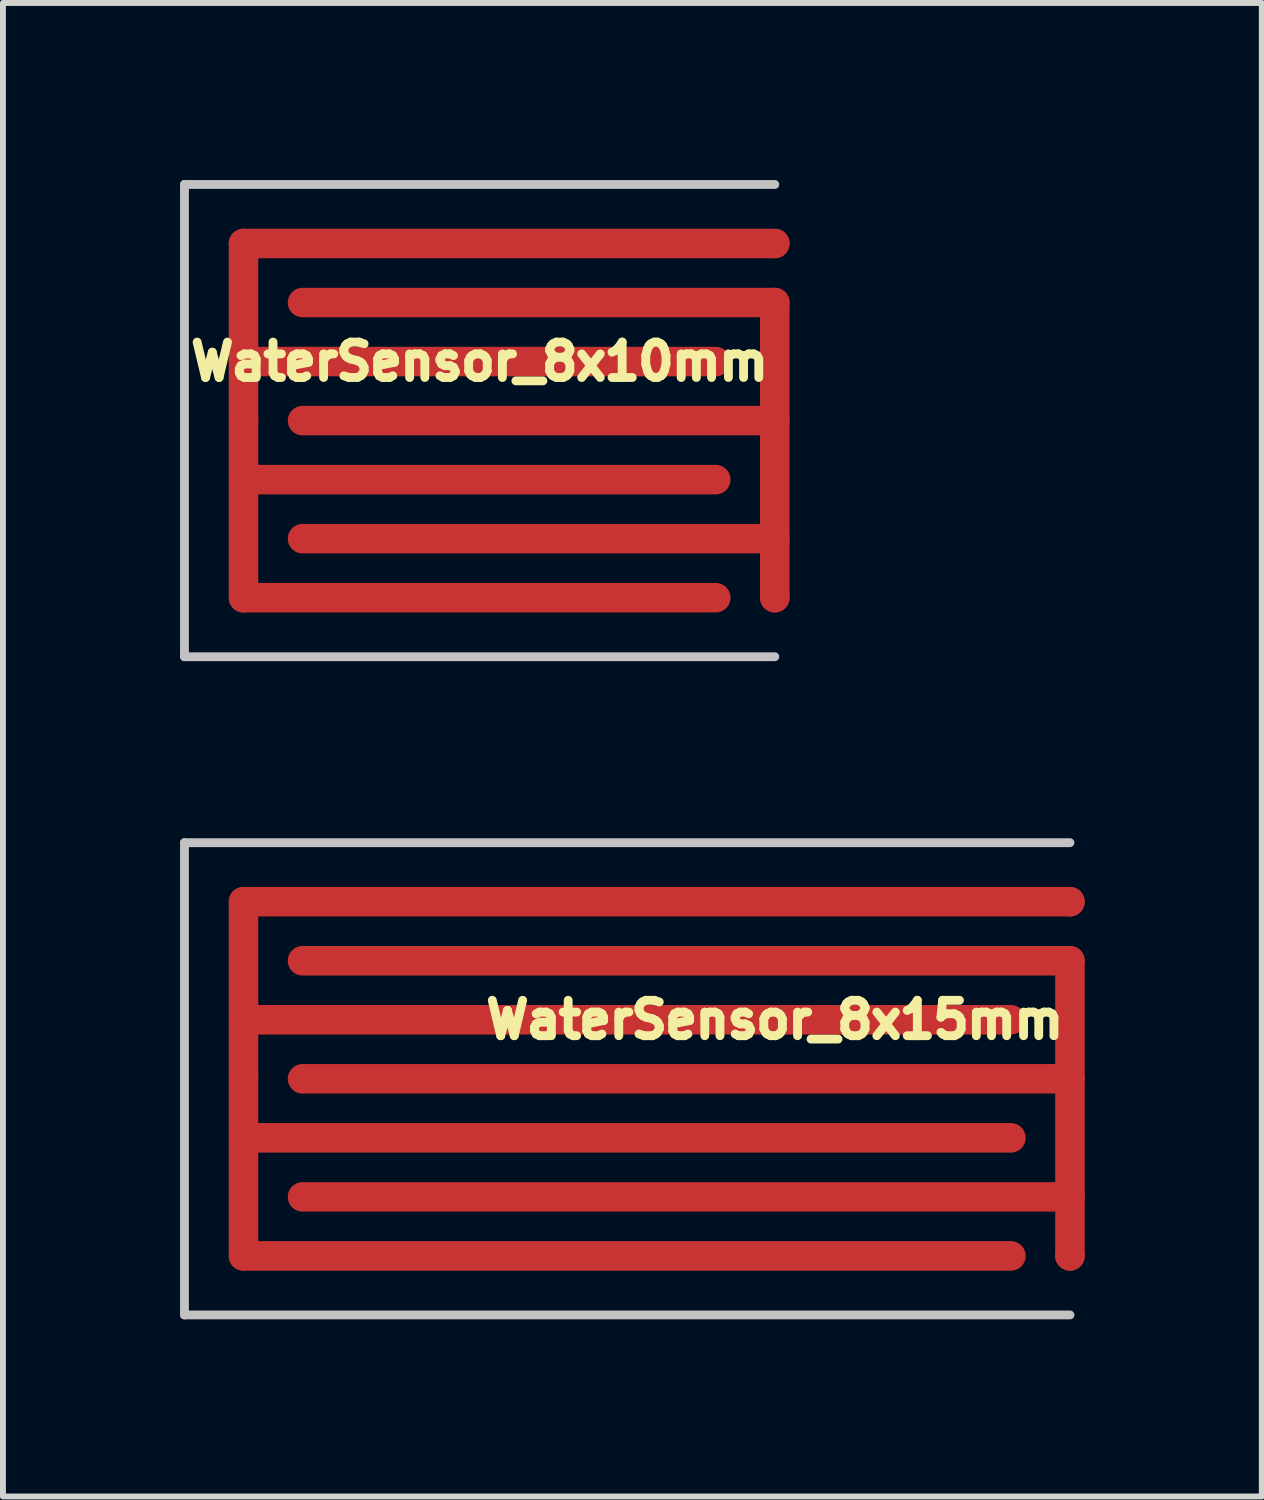
<source format=kicad_pcb>
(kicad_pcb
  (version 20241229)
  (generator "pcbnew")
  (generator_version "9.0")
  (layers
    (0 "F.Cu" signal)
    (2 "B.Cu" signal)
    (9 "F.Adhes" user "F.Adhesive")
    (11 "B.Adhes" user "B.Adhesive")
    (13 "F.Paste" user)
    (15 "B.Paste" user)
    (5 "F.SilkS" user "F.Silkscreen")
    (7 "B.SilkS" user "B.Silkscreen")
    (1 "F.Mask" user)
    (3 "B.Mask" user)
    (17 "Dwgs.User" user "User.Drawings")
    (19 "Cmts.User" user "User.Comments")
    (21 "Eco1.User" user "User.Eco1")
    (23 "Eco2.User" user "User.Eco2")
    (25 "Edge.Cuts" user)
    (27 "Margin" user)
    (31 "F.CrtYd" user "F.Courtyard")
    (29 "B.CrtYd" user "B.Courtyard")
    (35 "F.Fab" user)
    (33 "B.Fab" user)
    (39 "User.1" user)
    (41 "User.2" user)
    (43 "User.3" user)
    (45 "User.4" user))
  (footprint "WaterSensor_8x15mm"
    (layer "F.Cu")
    (at 15.075 15.225)
    (property "Reference" "WaterSensor_8x15mm" (at -5 -1 0) (layer "F.SilkS") (effects (font (size 0.6 0.6) (thickness 0.15))))
    (attr exclude_from_pos_files exclude_from_bom)
    (fp_line (start -14 -3) (end -14 3) (stroke (width 0.5) (type solid)) (layer "F.Cu"))
    (fp_line (start -14 -1) (end -1 -1) (stroke (width 0.5) (type solid)) (layer "F.Cu"))
    (fp_line (start -14 3) (end -1 3) (stroke (width 0.5) (type solid)) (layer "F.Cu"))
    (fp_line (start -13 0) (end 0 0) (stroke (width 0.5) (type solid)) (layer "F.Cu"))
    (fp_line (start -1 1) (end -14 1) (stroke (width 0.5) (type solid)) (layer "F.Cu"))
    (fp_line (start 0 -3) (end -14 -3) (stroke (width 0.5) (type solid)) (layer "F.Cu"))
    (fp_line (start 0 -2) (end -13 -2) (stroke (width 0.5) (type solid)) (layer "F.Cu"))
    (fp_line (start 0 2) (end -13 2) (stroke (width 0.5) (type solid)) (layer "F.Cu"))
    (fp_line (start 0 3) (end 0 -2) (stroke (width 0.5) (type solid)) (layer "F.Cu"))
    (fp_line (start -15 -4) (end 0 -4) (stroke (width 0.15) (type solid)) (layer "Dwgs.User"))
    (fp_line (start -15 4) (end -15 -4) (stroke (width 0.15) (type solid)) (layer "Dwgs.User"))
    (fp_line (start 0 4) (end -15 4) (stroke (width 0.15) (type solid)) (layer "Dwgs.User"))
    (pad "1" smd circle (at 0 3) (size 0.5 0.5) (layers "F.Cu"))
    (pad "2" smd circle (at -14 0) (size 0.5 0.5) (layers "F.Cu"))
    (pad "2" smd circle (at 0 -3) (size 0.5 0.5) (layers "F.Cu")))
  (footprint "WaterSensor_8x10mm"
    (layer "F.Cu")
    (at 10.075 4.075)
    (property "Reference" "WaterSensor_8x10mm" (at -5 -1 0) (layer "F.SilkS") (effects (font (size 0.6 0.6) (thickness 0.15))))
    (attr exclude_from_pos_files exclude_from_bom)
    (fp_line (start -9 -3) (end -9 3) (stroke (width 0.5) (type solid)) (layer "F.Cu"))
    (fp_line (start -9 -1) (end -1 -1) (stroke (width 0.5) (type solid)) (layer "F.Cu"))
    (fp_line (start -9 3) (end -1 3) (stroke (width 0.5) (type solid)) (layer "F.Cu"))
    (fp_line (start -8 0) (end 0 0) (stroke (width 0.5) (type solid)) (layer "F.Cu"))
    (fp_line (start -1 1) (end -9 1) (stroke (width 0.5) (type solid)) (layer "F.Cu"))
    (fp_line (start 0 -3) (end -9 -3) (stroke (width 0.5) (type solid)) (layer "F.Cu"))
    (fp_line (start 0 -2) (end -8 -2) (stroke (width 0.5) (type solid)) (layer "F.Cu"))
    (fp_line (start 0 2) (end -8 2) (stroke (width 0.5) (type solid)) (layer "F.Cu"))
    (fp_line (start 0 3) (end 0 -2) (stroke (width 0.5) (type solid)) (layer "F.Cu"))
    (fp_line (start -10 -4) (end 0 -4) (stroke (width 0.15) (type solid)) (layer "Dwgs.User"))
    (fp_line (start -10 4) (end -10 -4) (stroke (width 0.15) (type solid)) (layer "Dwgs.User"))
    (fp_line (start 0 4) (end -10 4) (stroke (width 0.15) (type solid)) (layer "Dwgs.User"))
    (pad "1" smd circle (at 0 3) (size 0.5 0.5) (layers "F.Cu"))
    (pad "2" smd circle (at -9 0) (size 0.5 0.5) (layers "F.Cu"))
    (pad "2" smd circle (at 0 -3) (size 0.5 0.5) (layers "F.Cu")))
  (gr_rect
    (start -3 -3)
    (end 18.325 22.3)
    (stroke (width 0.1) (type default))
    (fill no)
    (layer "Edge.Cuts")))
</source>
